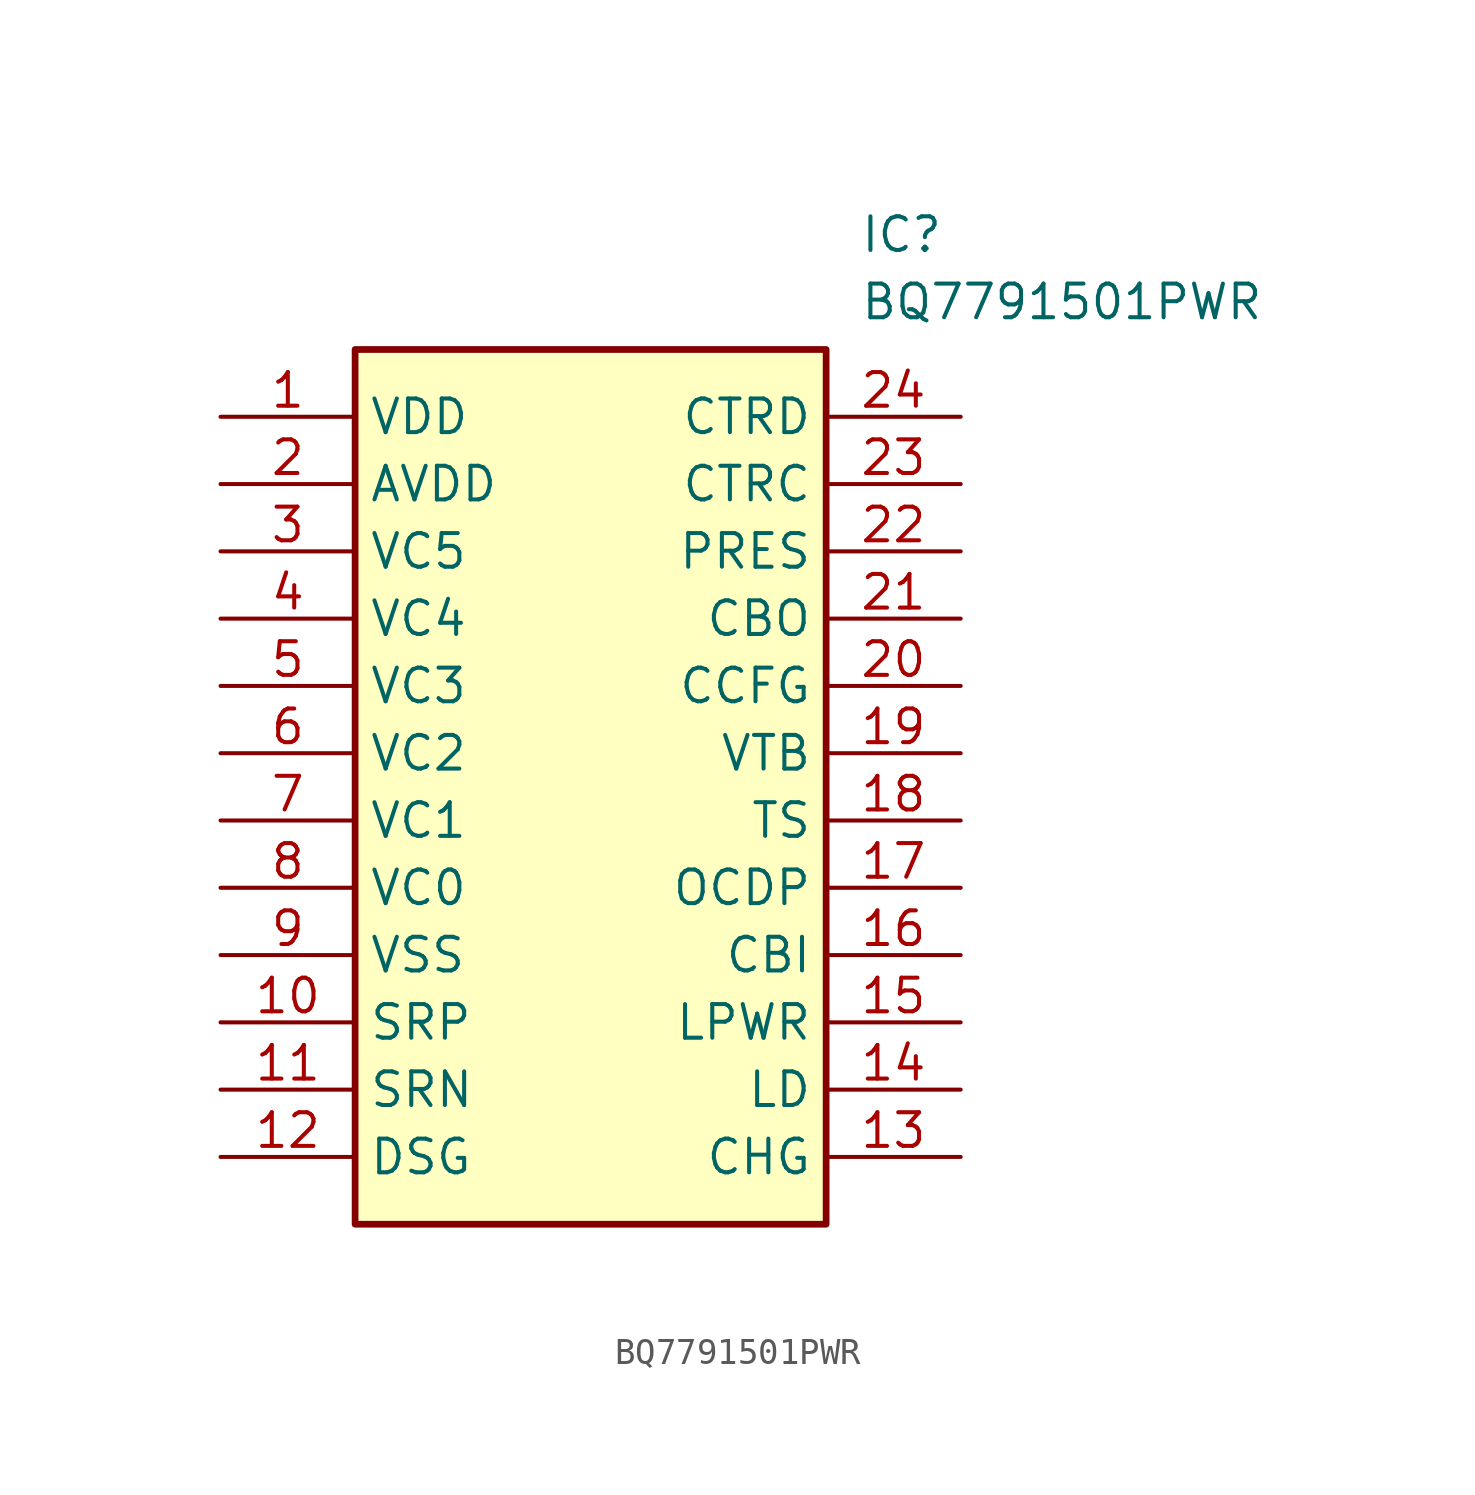
<source format=kicad_sym>
(kicad_symbol_lib
  (version 20220914)
  (generator kicad_symbol_editor)
  (symbol "BQ7791501PWR"
    (property "Reference" "IC"
      (at 24.13 7.62 0)
      (effects (font (size 1.27 1.27)) (justify left top)))
    (property "Value" "BQ7791501PWR"
      (at 24.13 5.08 0)
      (effects (font (size 1.27 1.27)) (justify left top)))
    (symbol "BQ7791501PWR_1_1"
      (rectangle (start 5.08 2.54) (end 22.86 -30.48) (stroke (width 0.254) (type default)) (fill (type background)))
      (pin passive line (at 0 0 0) (length 5.08) (name "VDD" (effects (font (size 1.27 1.27)))) (number "1" (effects (font (size 1.27 1.27)))))
      (pin passive line (at 0 -22.86 0) (length 5.08) (name "SRP" (effects (font (size 1.27 1.27)))) (number "10" (effects (font (size 1.27 1.27)))))
      (pin passive line (at 0 -25.4 0) (length 5.08) (name "SRN" (effects (font (size 1.27 1.27)))) (number "11" (effects (font (size 1.27 1.27)))))
      (pin passive line (at 0 -27.94 0) (length 5.08) (name "DSG" (effects (font (size 1.27 1.27)))) (number "12" (effects (font (size 1.27 1.27)))))
      (pin passive line (at 27.94 -27.94 180) (length 5.08) (name "CHG" (effects (font (size 1.27 1.27)))) (number "13" (effects (font (size 1.27 1.27)))))
      (pin passive line (at 27.94 -25.4 180) (length 5.08) (name "LD" (effects (font (size 1.27 1.27)))) (number "14" (effects (font (size 1.27 1.27)))))
      (pin passive line (at 27.94 -22.86 180) (length 5.08) (name "LPWR" (effects (font (size 1.27 1.27)))) (number "15" (effects (font (size 1.27 1.27)))))
      (pin passive line (at 27.94 -20.32 180) (length 5.08) (name "CBI" (effects (font (size 1.27 1.27)))) (number "16" (effects (font (size 1.27 1.27)))))
      (pin passive line (at 27.94 -17.78 180) (length 5.08) (name "OCDP" (effects (font (size 1.27 1.27)))) (number "17" (effects (font (size 1.27 1.27)))))
      (pin passive line (at 27.94 -15.24 180) (length 5.08) (name "TS" (effects (font (size 1.27 1.27)))) (number "18" (effects (font (size 1.27 1.27)))))
      (pin passive line (at 27.94 -12.7 180) (length 5.08) (name "VTB" (effects (font (size 1.27 1.27)))) (number "19" (effects (font (size 1.27 1.27)))))
      (pin passive line (at 0 -2.54 0) (length 5.08) (name "AVDD" (effects (font (size 1.27 1.27)))) (number "2" (effects (font (size 1.27 1.27)))))
      (pin passive line (at 27.94 -10.16 180) (length 5.08) (name "CCFG" (effects (font (size 1.27 1.27)))) (number "20" (effects (font (size 1.27 1.27)))))
      (pin passive line (at 27.94 -7.62 180) (length 5.08) (name "CBO" (effects (font (size 1.27 1.27)))) (number "21" (effects (font (size 1.27 1.27)))))
      (pin passive line (at 27.94 -5.08 180) (length 5.08) (name "PRES" (effects (font (size 1.27 1.27)))) (number "22" (effects (font (size 1.27 1.27)))))
      (pin passive line (at 27.94 -2.54 180) (length 5.08) (name "CTRC" (effects (font (size 1.27 1.27)))) (number "23" (effects (font (size 1.27 1.27)))))
      (pin passive line (at 27.94 0 180) (length 5.08) (name "CTRD" (effects (font (size 1.27 1.27)))) (number "24" (effects (font (size 1.27 1.27)))))
      (pin passive line (at 0 -5.08 0) (length 5.08) (name "VC5" (effects (font (size 1.27 1.27)))) (number "3" (effects (font (size 1.27 1.27)))))
      (pin passive line (at 0 -7.62 0) (length 5.08) (name "VC4" (effects (font (size 1.27 1.27)))) (number "4" (effects (font (size 1.27 1.27)))))
      (pin passive line (at 0 -10.16 0) (length 5.08) (name "VC3" (effects (font (size 1.27 1.27)))) (number "5" (effects (font (size 1.27 1.27)))))
      (pin passive line (at 0 -12.7 0) (length 5.08) (name "VC2" (effects (font (size 1.27 1.27)))) (number "6" (effects (font (size 1.27 1.27)))))
      (pin passive line (at 0 -15.24 0) (length 5.08) (name "VC1" (effects (font (size 1.27 1.27)))) (number "7" (effects (font (size 1.27 1.27)))))
      (pin passive line (at 0 -17.78 0) (length 5.08) (name "VC0" (effects (font (size 1.27 1.27)))) (number "8" (effects (font (size 1.27 1.27)))))
      (pin passive line (at 0 -20.32 0) (length 5.08) (name "VSS" (effects (font (size 1.27 1.27)))) (number "9" (effects (font (size 1.27 1.27))))))))
</source>
